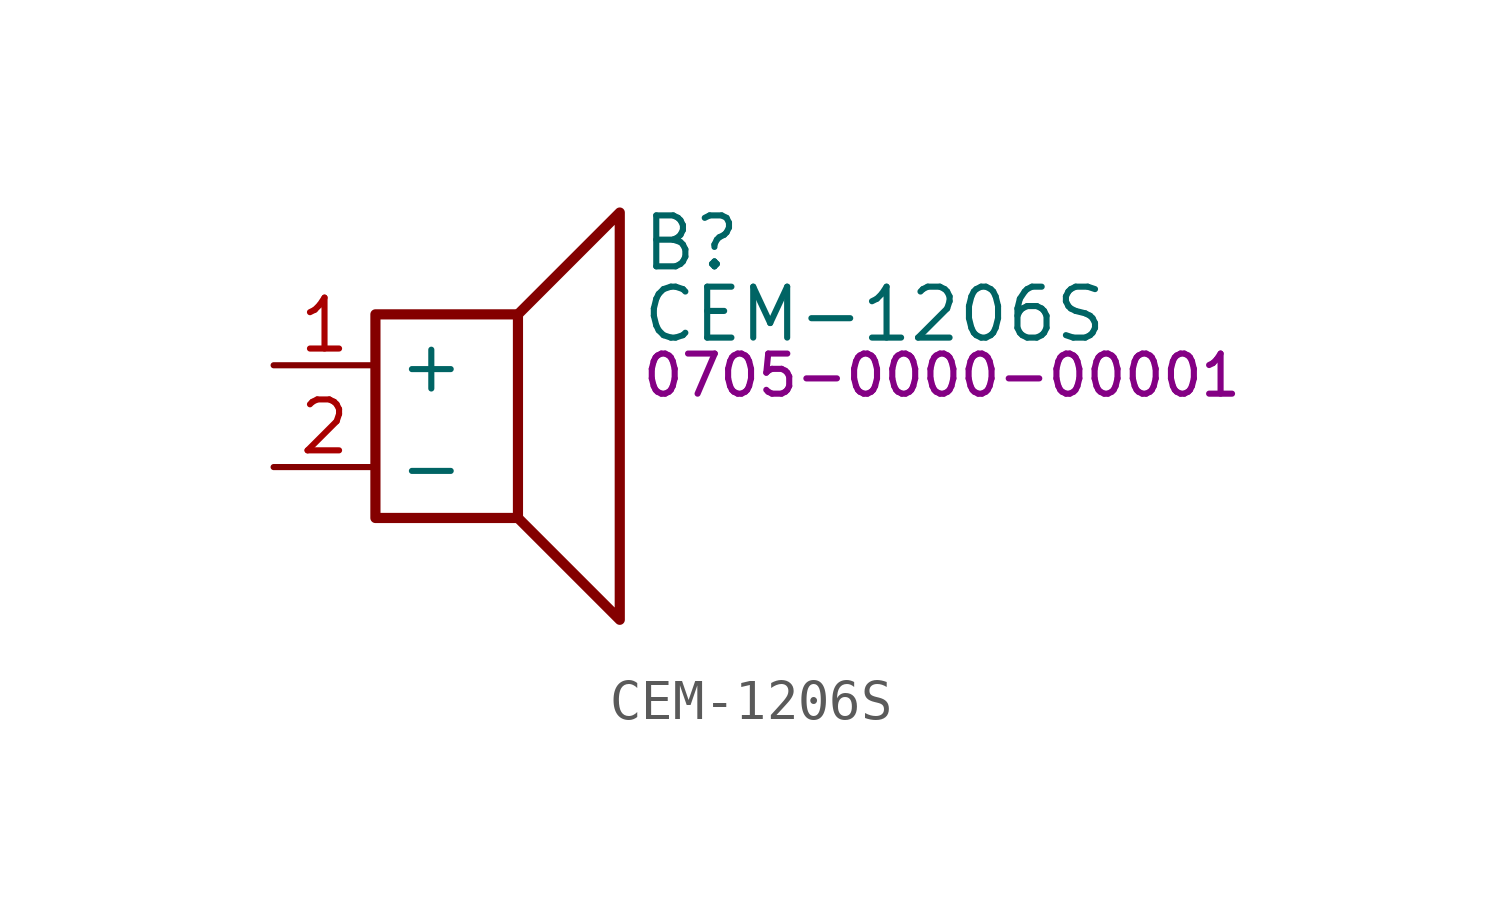
<source format=kicad_sym>
(kicad_symbol_lib
  (version 20231120)
  (generator "kicad_symbol_editor")
  (generator_version "8.0")
  (symbol "CEM-1206S"
    (property "Reference" "B"
      (at 6.604 4.318 0)
      (effects (font (size 1.27 1.27)) (justify left)))
    (property "Value" "CEM-1206S"
      (at 6.604 2.54 0)
      (effects (font (size 1.27 1.27)) (justify left)))
    (property "PartNumber" "0705-0000-00001"
      (at 6.604 1.016 0)
      (effects (font (size 1 1)) (justify left)))
    (symbol "CEM-1206S_0_0"
      (polyline (pts (xy 3.556 2.54) (xy 6.096 5.08) (xy 6.096 -5.08) (xy 3.556 -2.54)) (stroke (width 0.254) (type default)) (fill (type none)))
      (rectangle (start 0 2.54) (end 3.556 -2.54) (stroke (width 0.254) (type default)) (fill (type none))))
    (symbol "CEM-1206S_1_1"
      (pin input line (at -2.54 1.27 0) (length 2.54) (name "+" (effects (font (size 1.27 1.27)))) (number "1" (effects (font (size 1.27 1.27)))))
      (pin input line (at -2.54 -1.27 0) (length 2.54) (name "-" (effects (font (size 1.27 1.27)))) (number "2" (effects (font (size 1.27 1.27))))))))
</source>
